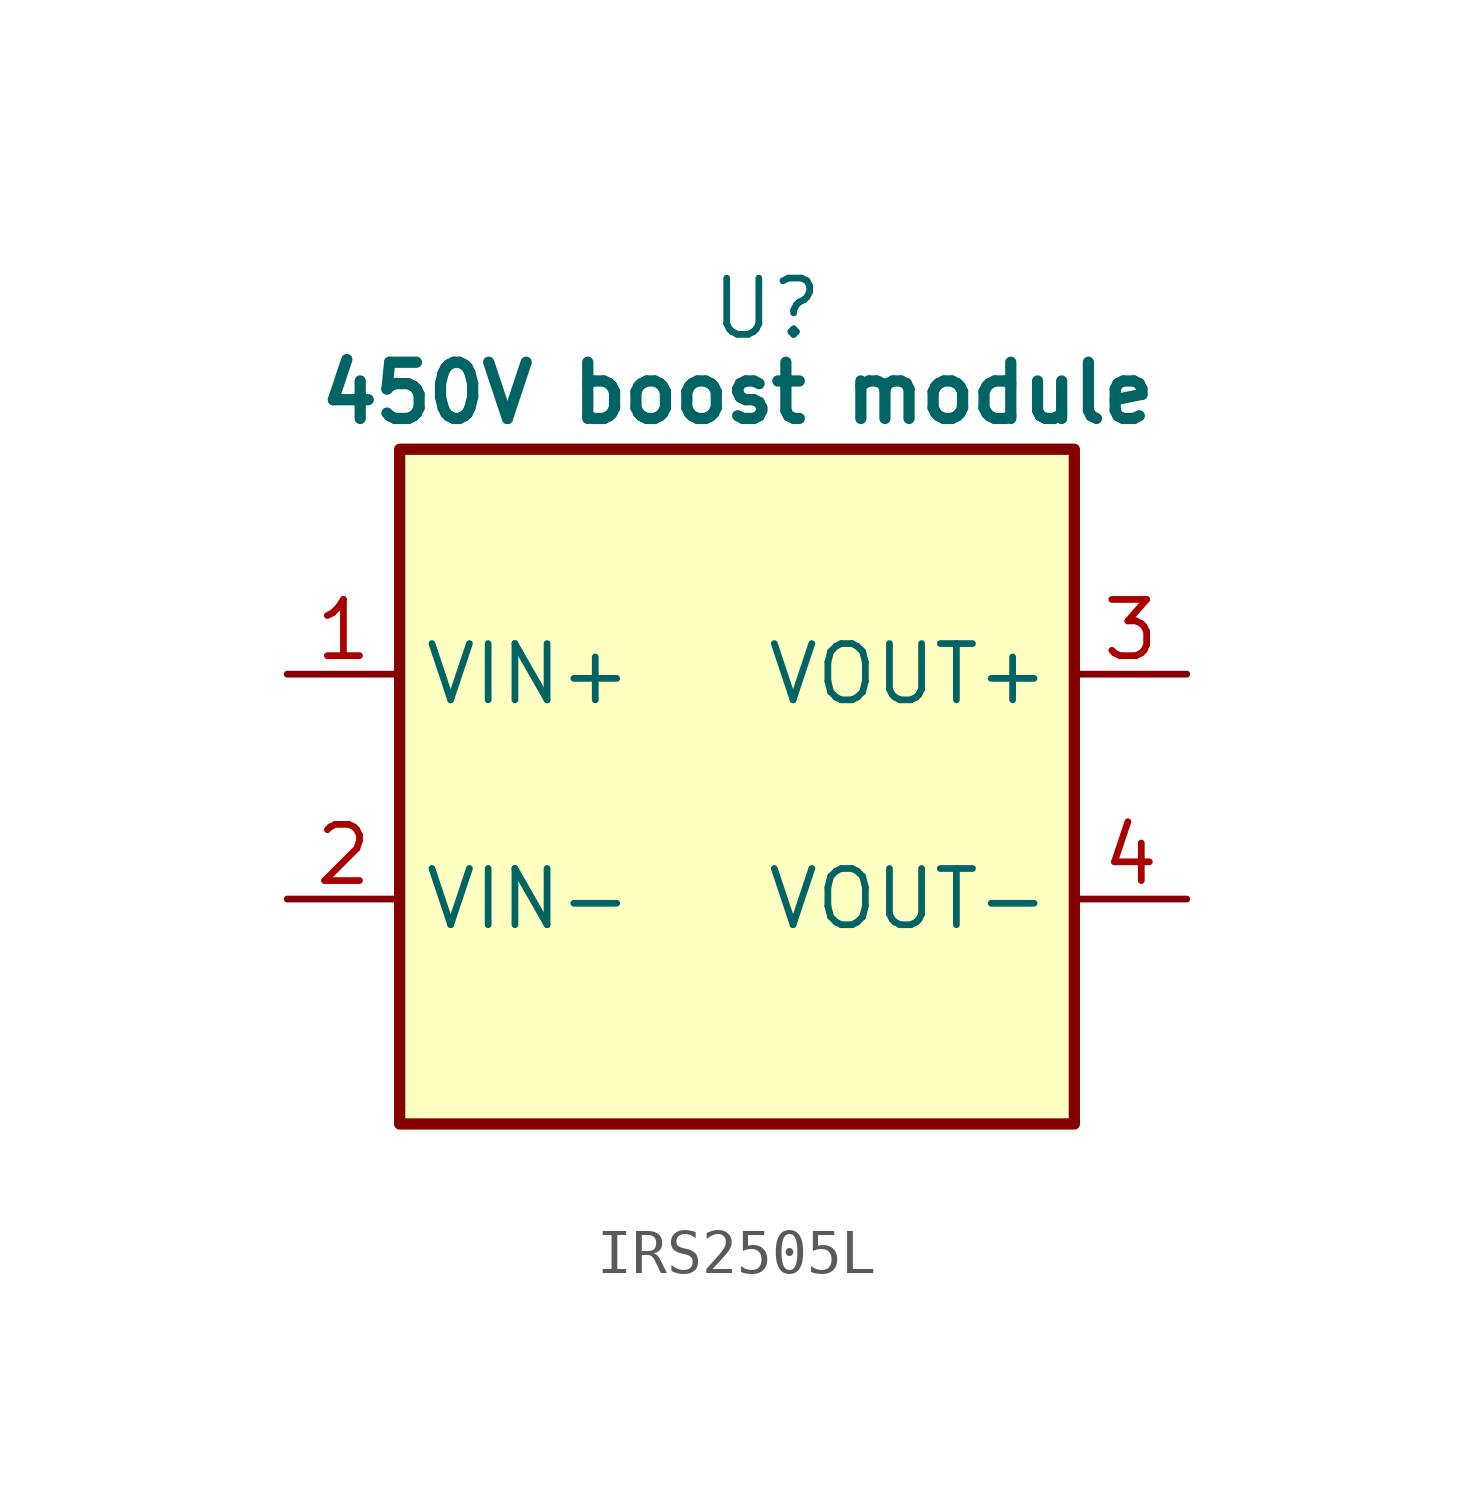
<source format=kicad_sym>
(kicad_symbol_lib
  (version 20220914)
  (generator kicad_symbol_editor)
  (symbol "IRS2505L"
    (property "Reference" "U"
      (at -0.635 10.795 0)
      (effects (font (size 1.27 1.27)) (justify left)))
    (property "Value" "450V boost module"
      (at -9.525 8.89 0)
      (effects (font (size 1.27 1.27) bold) (justify left)))
    (symbol "IRS2505L_0_1"
      (rectangle (start -7.62 7.62) (end 7.62 -7.62) (stroke (width 0.254) (type default)) (fill (type background))))
    (symbol "IRS2505L_1_1"
      (pin input line (at -10.16 2.54 0) (length 2.54) (name "VIN+" (effects (font (size 1.27 1.27)))) (number "1" (effects (font (size 1.27 1.27)))))
      (pin input line (at -10.16 -2.54 0) (length 2.54) (name "VIN-" (effects (font (size 1.27 1.27)))) (number "2" (effects (font (size 1.27 1.27)))))
      (pin output line (at 10.16 2.54 180) (length 2.54) (name "VOUT+" (effects (font (size 1.27 1.27)))) (number "3" (effects (font (size 1.27 1.27)))))
      (pin output line (at 10.16 -2.54 180) (length 2.54) (name "VOUT-" (effects (font (size 1.27 1.27)))) (number "4" (effects (font (size 1.27 1.27))))))))
</source>
